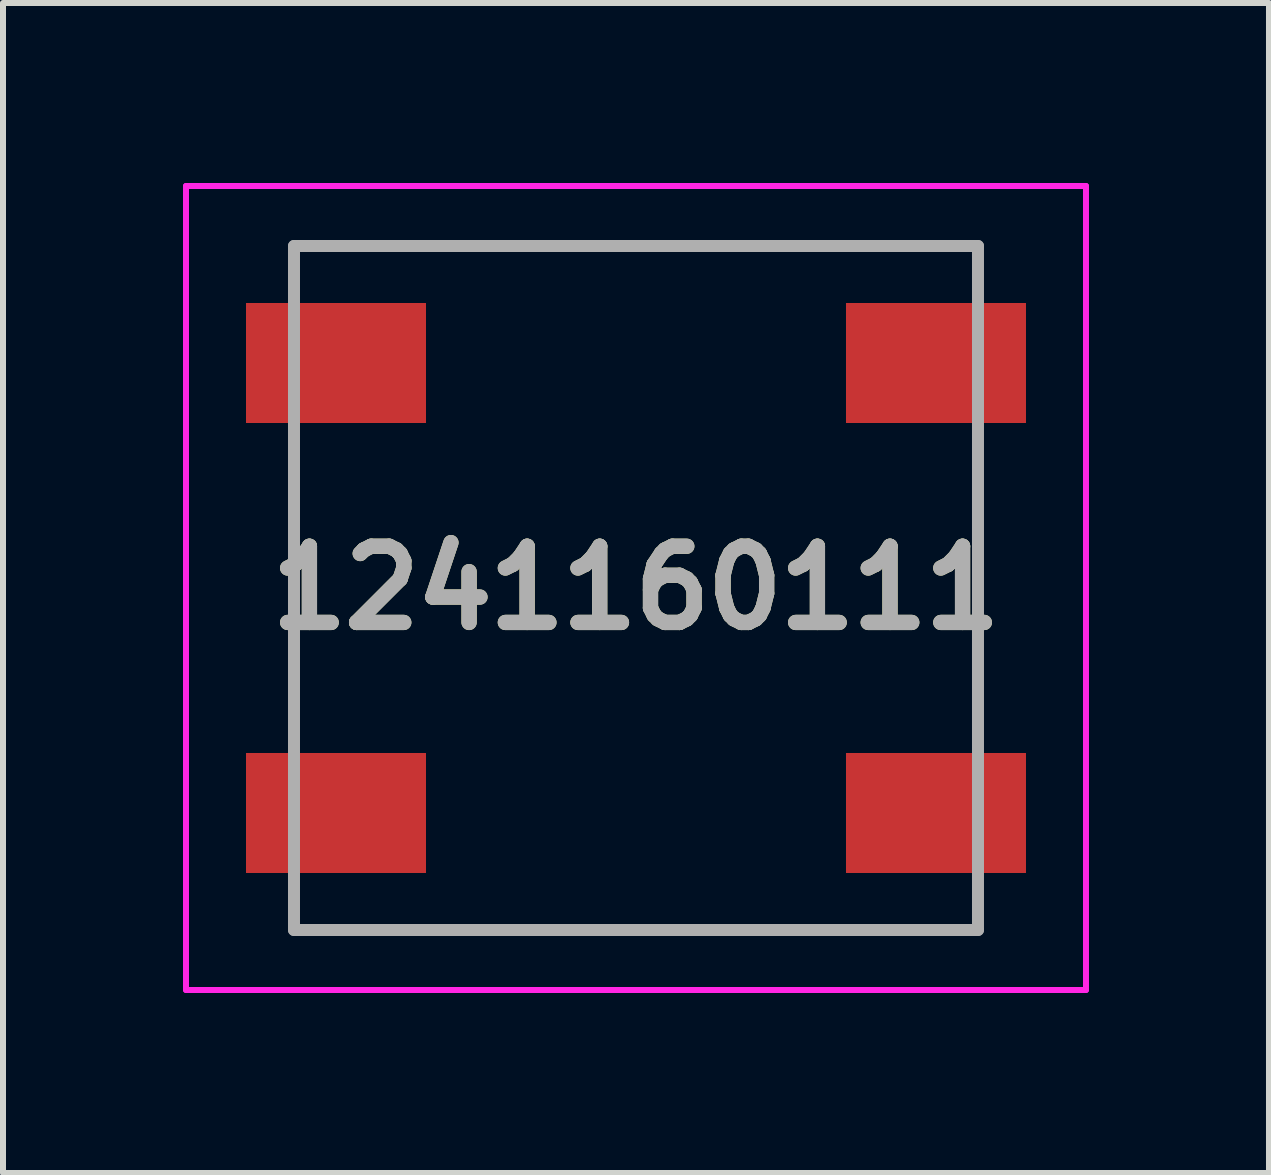
<source format=kicad_pcb>
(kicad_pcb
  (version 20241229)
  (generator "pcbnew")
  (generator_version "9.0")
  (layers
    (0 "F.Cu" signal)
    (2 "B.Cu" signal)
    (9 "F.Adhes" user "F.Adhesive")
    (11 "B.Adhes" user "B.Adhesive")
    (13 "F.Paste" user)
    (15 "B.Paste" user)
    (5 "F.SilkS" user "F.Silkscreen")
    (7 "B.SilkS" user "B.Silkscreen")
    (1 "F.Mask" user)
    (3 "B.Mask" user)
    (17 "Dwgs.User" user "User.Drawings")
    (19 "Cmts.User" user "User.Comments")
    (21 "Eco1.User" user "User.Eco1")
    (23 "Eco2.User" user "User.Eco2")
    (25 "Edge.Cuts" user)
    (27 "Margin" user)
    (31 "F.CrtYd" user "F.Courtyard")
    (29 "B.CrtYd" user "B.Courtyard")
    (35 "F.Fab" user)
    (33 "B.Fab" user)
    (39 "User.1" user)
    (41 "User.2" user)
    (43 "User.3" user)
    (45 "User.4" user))
  (footprint "1241160111"
    (layer "F.Cu")
    (at 7.55 6.75)
    (property "Reference" "1241160111" (at 0 0 0) (layer "F.SilkS") (effects (font (size 1.27 1.27) (thickness 0.254))))
    (attr smd)
    (fp_line (start -5.7 -5.7) (end 5.7 -5.7) (stroke (width 0.1) (type solid)) (layer "F.SilkS"))
    (fp_line (start -5.7 -2.4) (end -5.7 2.4) (stroke (width 0.1) (type solid)) (layer "F.SilkS"))
    (fp_line (start -5.7 5.7) (end 5.7 5.7) (stroke (width 0.1) (type solid)) (layer "F.SilkS"))
    (fp_line (start 5.7 -2.4) (end 5.7 2.4) (stroke (width 0.1) (type solid)) (layer "F.SilkS"))
    (fp_line (start -7.5 -6.7) (end 7.5 -6.7) (stroke (width 0.1) (type solid)) (layer "F.CrtYd"))
    (fp_line (start -7.5 6.7) (end -7.5 -6.7) (stroke (width 0.1) (type solid)) (layer "F.CrtYd"))
    (fp_line (start 7.5 -6.7) (end 7.5 6.7) (stroke (width 0.1) (type solid)) (layer "F.CrtYd"))
    (fp_line (start 7.5 6.7) (end -7.5 6.7) (stroke (width 0.1) (type solid)) (layer "F.CrtYd"))
    (fp_line (start -5.7 -5.7) (end 5.7 -5.7) (stroke (width 0.2) (type solid)) (layer "F.Fab"))
    (fp_line (start -5.7 5.7) (end -5.7 -5.7) (stroke (width 0.2) (type solid)) (layer "F.Fab"))
    (fp_line (start 5.7 -5.7) (end 5.7 5.7) (stroke (width 0.2) (type solid)) (layer "F.Fab"))
    (fp_line (start 5.7 5.7) (end -5.7 5.7) (stroke (width 0.2) (type solid)) (layer "F.Fab"))
    (fp_text user "${REFERENCE}" (at 0 0 0) (layer "F.Fab") (effects (font (size 1.27 1.27) (thickness 0.254))))
    (pad "1" smd rect (at -5 3.75 90) (size 2 3) (layers "F.Cu" "F.Mask" "F.Paste"))
    (pad "2" smd rect (at 5 3.75 90) (size 2 3) (layers "F.Cu" "F.Mask" "F.Paste"))
    (pad "3" smd rect (at 5 -3.75 90) (size 2 3) (layers "F.Cu" "F.Mask" "F.Paste"))
    (pad "4" smd rect (at -5 -3.75 90) (size 2 3) (layers "F.Cu" "F.Mask" "F.Paste")))
  (gr_rect
    (start -3 -3)
    (end 18.1 16.5)
    (stroke (width 0.1) (type default))
    (fill no)
    (layer "Edge.Cuts")))
</source>
